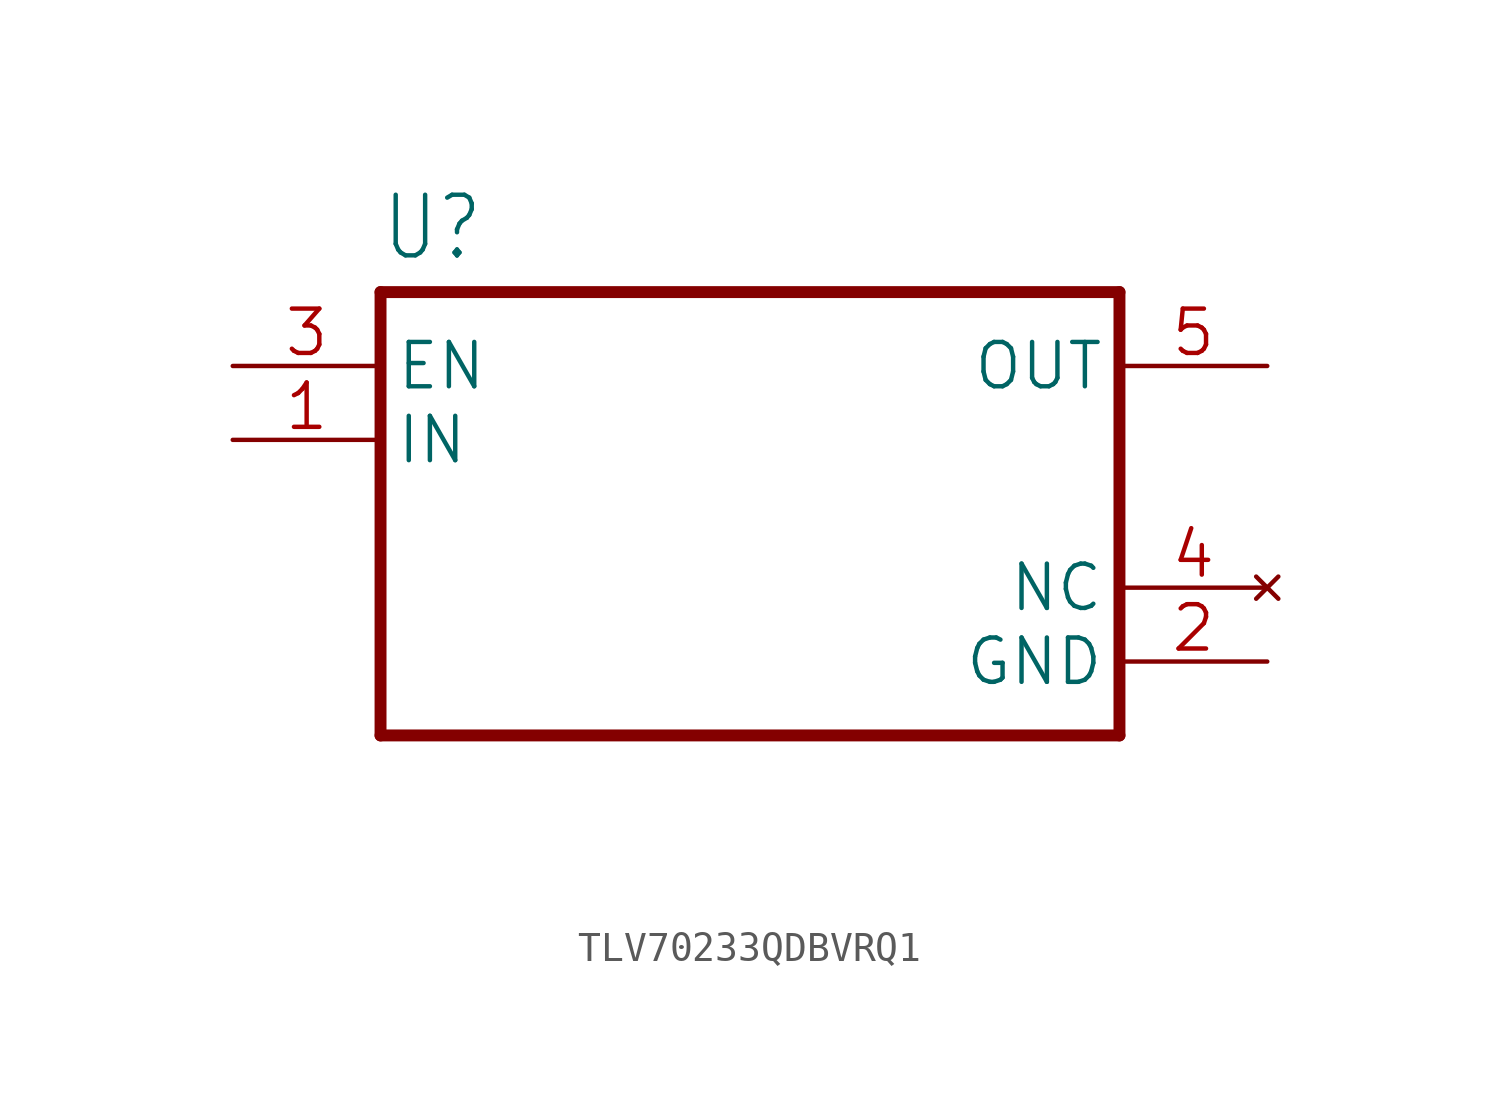
<source format=kicad_sym>
(kicad_symbol_lib
  (version 20241209)
  (generator "kicad_symbol_editor")
  (generator_version "9.0")
  (symbol "TLV70233QDBVRQ1"
    (property "Reference" "U"
      (at -12.7 8.62 0)
      (effects (font (size 2.083 1.77)) (justify left bottom)))
    (property "Value" ""
      (at -12.7 -11.62 0)
      (effects (font (size 2.083 1.77)) (justify left bottom)))
    (property "ki_locked" ""
      (at 0 0 0)
      (effects (font (size 1.27 1.27))))
    (symbol "TLV70233QDBVRQ1_1_0"
      (polyline (pts (xy -12.7 7.62) (xy 12.7 7.62)) (stroke (width 0.41) (type solid)) (fill (type none)))
      (polyline (pts (xy -12.7 -7.62) (xy -12.7 7.62)) (stroke (width 0.41) (type solid)) (fill (type none)))
      (polyline (pts (xy 12.7 7.62) (xy 12.7 -7.62)) (stroke (width 0.41) (type solid)) (fill (type none)))
      (polyline (pts (xy 12.7 -7.62) (xy -12.7 -7.62)) (stroke (width 0.41) (type solid)) (fill (type none)))
      (pin input line (at -17.78 5.08 0) (length 5.08) (name "EN" (effects (font (size 1.524 1.524)))) (number "3" (effects (font (size 1.524 1.524)))))
      (pin input line (at -17.78 2.54 0) (length 5.08) (name "IN" (effects (font (size 1.524 1.524)))) (number "1" (effects (font (size 1.524 1.524)))))
      (pin output line (at 17.78 5.08 180) (length 5.08) (name "OUT" (effects (font (size 1.524 1.524)))) (number "5" (effects (font (size 1.524 1.524)))))
      (pin no_connect line (at 17.78 -2.54 180) (length 5.08) (name "NC" (effects (font (size 1.524 1.524)))) (number "4" (effects (font (size 1.524 1.524)))))
      (pin power_in line (at 17.78 -5.08 180) (length 5.08) (name "GND" (effects (font (size 1.524 1.524)))) (number "2" (effects (font (size 1.524 1.524))))))))
</source>
